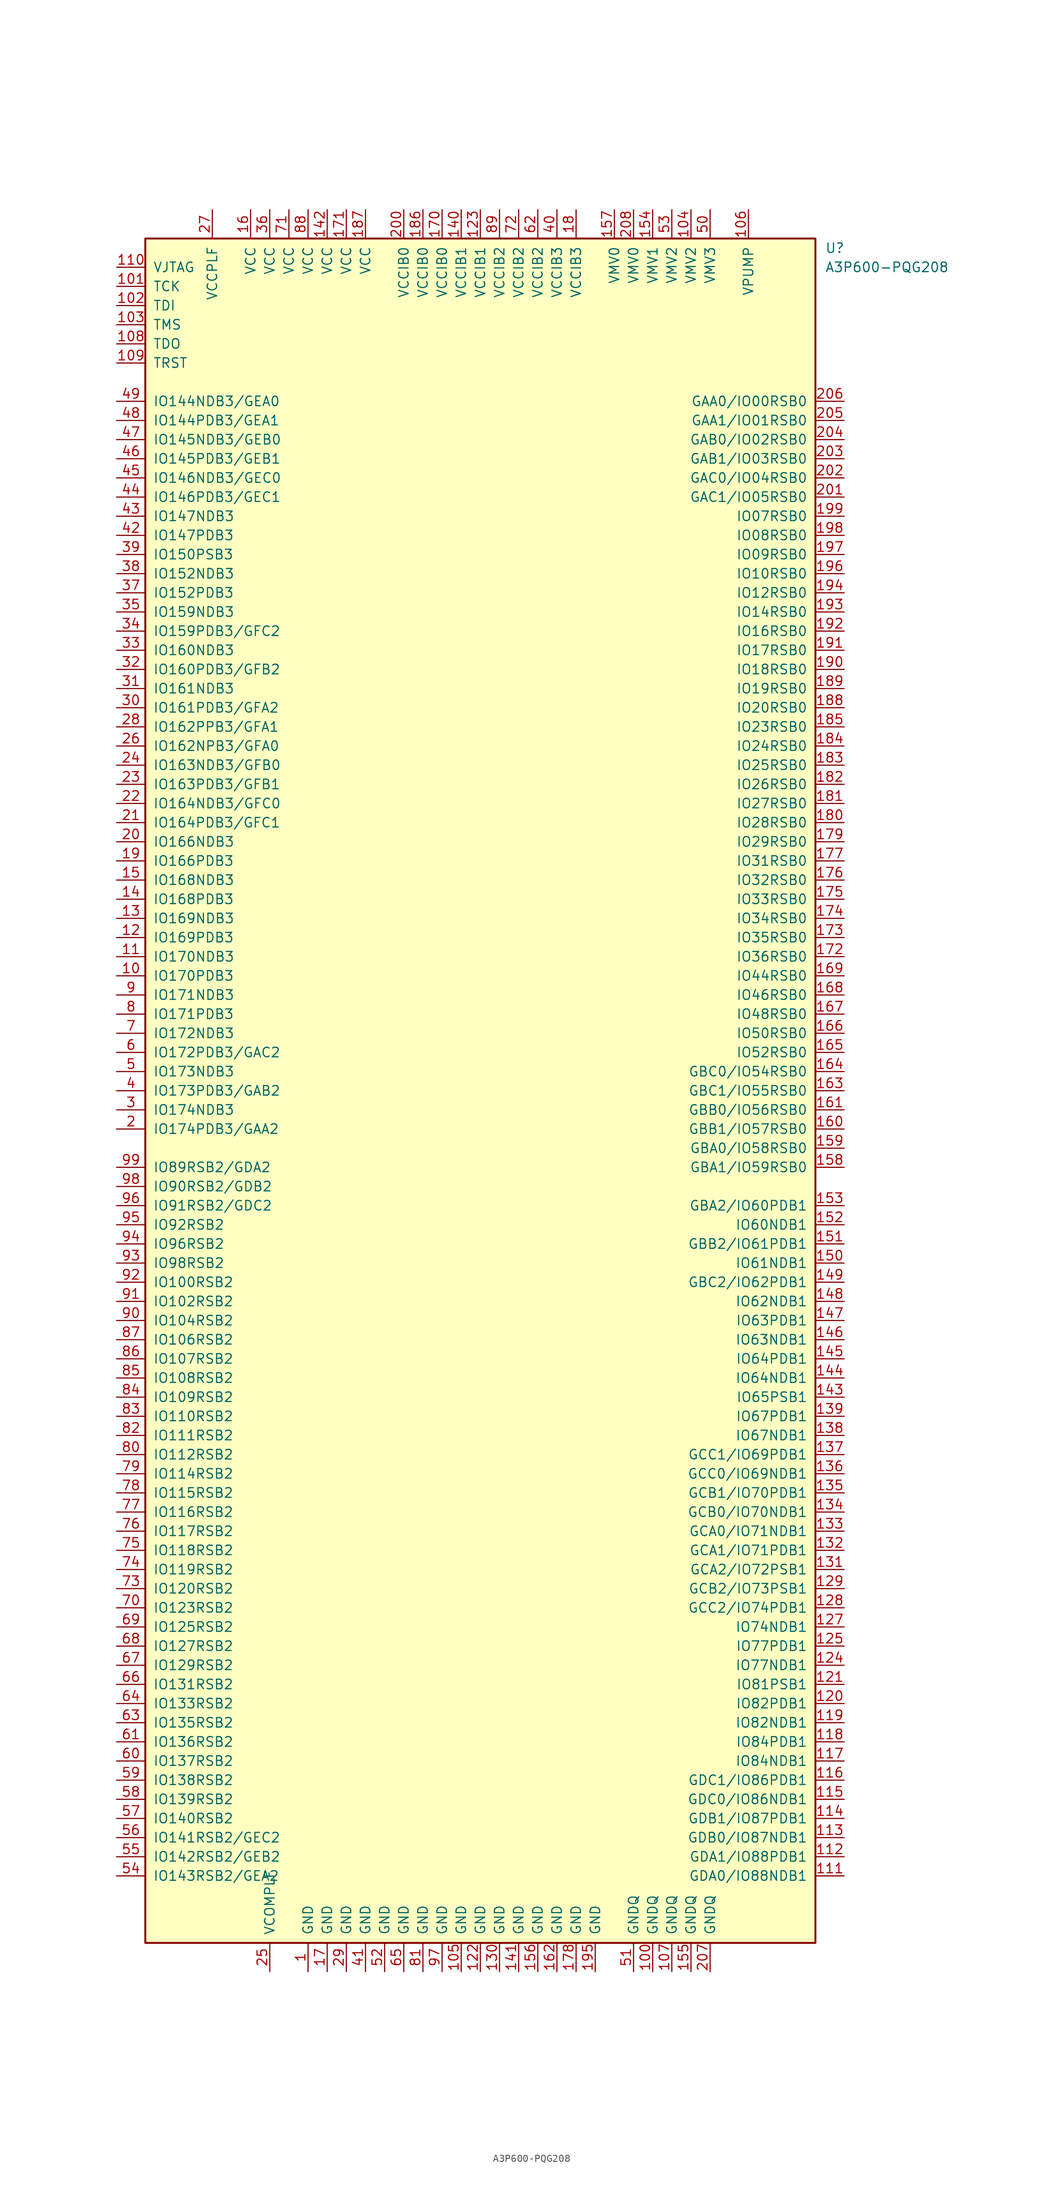
<source format=kicad_sym>
(kicad_symbol_lib
  (version 20231120)
  (generator "kicad_symbol_editor")
  (generator_version "8.0")
  (symbol "A3P600-PQG208"
    (pin_names
      (offset 1.016))
    (property "Reference" "U"
      (at 45.72 111.76 0)
      (effects (font (size 1.27 1.27)) (justify left)))
    (property "Value" "A3P600-PQG208"
      (at 45.72 109.22 0)
      (effects (font (size 1.27 1.27)) (justify left)))
    (symbol "A3P600-PQG208_1_0"
      (rectangle (start -44.45 -113.03) (end 44.45 113.03) (stroke (width 0.254) (type default)) (fill (type background))))
    (symbol "A3P600-PQG208_1_1"
      (pin power_in line (at -22.86 -116.84 90) (length 3.81) (name "GND" (effects (font (size 1.27 1.27)))) (number "1" (effects (font (size 1.27 1.27)))))
      (pin bidirectional line (at -48.26 15.24 0) (length 3.81) (name "IO170PDB3" (effects (font (size 1.27 1.27)))) (number "10" (effects (font (size 1.27 1.27)))))
      (pin power_in line (at 22.86 -116.84 90) (length 3.81) (name "GNDQ" (effects (font (size 1.27 1.27)))) (number "100" (effects (font (size 1.27 1.27)))))
      (pin bidirectional line (at -48.26 106.68 0) (length 3.81) (name "TCK" (effects (font (size 1.27 1.27)))) (number "101" (effects (font (size 1.27 1.27)))))
      (pin bidirectional line (at -48.26 104.14 0) (length 3.81) (name "TDI" (effects (font (size 1.27 1.27)))) (number "102" (effects (font (size 1.27 1.27)))))
      (pin bidirectional line (at -48.26 101.6 0) (length 3.81) (name "TMS" (effects (font (size 1.27 1.27)))) (number "103" (effects (font (size 1.27 1.27)))))
      (pin power_in line (at 27.94 116.84 270) (length 3.81) (name "VMV2" (effects (font (size 1.27 1.27)))) (number "104" (effects (font (size 1.27 1.27)))))
      (pin power_in line (at -2.54 -116.84 90) (length 3.81) (name "GND" (effects (font (size 1.27 1.27)))) (number "105" (effects (font (size 1.27 1.27)))))
      (pin power_in line (at 35.56 116.84 270) (length 3.81) (name "VPUMP" (effects (font (size 1.27 1.27)))) (number "106" (effects (font (size 1.27 1.27)))))
      (pin power_in line (at 25.4 -116.84 90) (length 3.81) (name "GNDQ" (effects (font (size 1.27 1.27)))) (number "107" (effects (font (size 1.27 1.27)))))
      (pin bidirectional line (at -48.26 99.06 0) (length 3.81) (name "TDO" (effects (font (size 1.27 1.27)))) (number "108" (effects (font (size 1.27 1.27)))))
      (pin bidirectional line (at -48.26 96.52 0) (length 3.81) (name "TRST" (effects (font (size 1.27 1.27)))) (number "109" (effects (font (size 1.27 1.27)))))
      (pin bidirectional line (at -48.26 17.78 0) (length 3.81) (name "IO170NDB3" (effects (font (size 1.27 1.27)))) (number "11" (effects (font (size 1.27 1.27)))))
      (pin power_in line (at -48.26 109.22 0) (length 3.81) (name "VJTAG" (effects (font (size 1.27 1.27)))) (number "110" (effects (font (size 1.27 1.27)))))
      (pin bidirectional line (at 48.26 -104.14 180) (length 3.81) (name "GDA0/IO88NDB1" (effects (font (size 1.27 1.27)))) (number "111" (effects (font (size 1.27 1.27)))))
      (pin bidirectional line (at 48.26 -101.6 180) (length 3.81) (name "GDA1/IO88PDB1" (effects (font (size 1.27 1.27)))) (number "112" (effects (font (size 1.27 1.27)))))
      (pin bidirectional line (at 48.26 -99.06 180) (length 3.81) (name "GDB0/IO87NDB1" (effects (font (size 1.27 1.27)))) (number "113" (effects (font (size 1.27 1.27)))))
      (pin bidirectional line (at 48.26 -96.52 180) (length 3.81) (name "GDB1/IO87PDB1" (effects (font (size 1.27 1.27)))) (number "114" (effects (font (size 1.27 1.27)))))
      (pin bidirectional line (at 48.26 -93.98 180) (length 3.81) (name "GDC0/IO86NDB1" (effects (font (size 1.27 1.27)))) (number "115" (effects (font (size 1.27 1.27)))))
      (pin bidirectional line (at 48.26 -91.44 180) (length 3.81) (name "GDC1/IO86PDB1" (effects (font (size 1.27 1.27)))) (number "116" (effects (font (size 1.27 1.27)))))
      (pin bidirectional line (at 48.26 -88.9 180) (length 3.81) (name "IO84NDB1" (effects (font (size 1.27 1.27)))) (number "117" (effects (font (size 1.27 1.27)))))
      (pin bidirectional line (at 48.26 -86.36 180) (length 3.81) (name "IO84PDB1" (effects (font (size 1.27 1.27)))) (number "118" (effects (font (size 1.27 1.27)))))
      (pin bidirectional line (at 48.26 -83.82 180) (length 3.81) (name "IO82NDB1" (effects (font (size 1.27 1.27)))) (number "119" (effects (font (size 1.27 1.27)))))
      (pin bidirectional line (at -48.26 20.32 0) (length 3.81) (name "IO169PDB3" (effects (font (size 1.27 1.27)))) (number "12" (effects (font (size 1.27 1.27)))))
      (pin bidirectional line (at 48.26 -81.28 180) (length 3.81) (name "IO82PDB1" (effects (font (size 1.27 1.27)))) (number "120" (effects (font (size 1.27 1.27)))))
      (pin bidirectional line (at 48.26 -78.74 180) (length 3.81) (name "IO81PSB1" (effects (font (size 1.27 1.27)))) (number "121" (effects (font (size 1.27 1.27)))))
      (pin power_in line (at 0 -116.84 90) (length 3.81) (name "GND" (effects (font (size 1.27 1.27)))) (number "122" (effects (font (size 1.27 1.27)))))
      (pin power_in line (at 0 116.84 270) (length 3.81) (name "VCCIB1" (effects (font (size 1.27 1.27)))) (number "123" (effects (font (size 1.27 1.27)))))
      (pin bidirectional line (at 48.26 -76.2 180) (length 3.81) (name "IO77NDB1" (effects (font (size 1.27 1.27)))) (number "124" (effects (font (size 1.27 1.27)))))
      (pin bidirectional line (at 48.26 -73.66 180) (length 3.81) (name "IO77PDB1" (effects (font (size 1.27 1.27)))) (number "125" (effects (font (size 1.27 1.27)))))
      (pin bidirectional line (at 48.26 -71.12 180) (length 3.81) (name "IO74NDB1" (effects (font (size 1.27 1.27)))) (number "127" (effects (font (size 1.27 1.27)))))
      (pin bidirectional line (at 48.26 -68.58 180) (length 3.81) (name "GCC2/IO74PDB1" (effects (font (size 1.27 1.27)))) (number "128" (effects (font (size 1.27 1.27)))))
      (pin bidirectional line (at 48.26 -66.04 180) (length 3.81) (name "GCB2/IO73PSB1" (effects (font (size 1.27 1.27)))) (number "129" (effects (font (size 1.27 1.27)))))
      (pin bidirectional line (at -48.26 22.86 0) (length 3.81) (name "IO169NDB3" (effects (font (size 1.27 1.27)))) (number "13" (effects (font (size 1.27 1.27)))))
      (pin power_in line (at 2.54 -116.84 90) (length 3.81) (name "GND" (effects (font (size 1.27 1.27)))) (number "130" (effects (font (size 1.27 1.27)))))
      (pin bidirectional line (at 48.26 -63.5 180) (length 3.81) (name "GCA2/IO72PSB1" (effects (font (size 1.27 1.27)))) (number "131" (effects (font (size 1.27 1.27)))))
      (pin bidirectional line (at 48.26 -60.96 180) (length 3.81) (name "GCA1/IO71PDB1" (effects (font (size 1.27 1.27)))) (number "132" (effects (font (size 1.27 1.27)))))
      (pin bidirectional line (at 48.26 -58.42 180) (length 3.81) (name "GCA0/IO71NDB1" (effects (font (size 1.27 1.27)))) (number "133" (effects (font (size 1.27 1.27)))))
      (pin bidirectional line (at 48.26 -55.88 180) (length 3.81) (name "GCB0/IO70NDB1" (effects (font (size 1.27 1.27)))) (number "134" (effects (font (size 1.27 1.27)))))
      (pin bidirectional line (at 48.26 -53.34 180) (length 3.81) (name "GCB1/IO70PDB1" (effects (font (size 1.27 1.27)))) (number "135" (effects (font (size 1.27 1.27)))))
      (pin bidirectional line (at 48.26 -50.8 180) (length 3.81) (name "GCC0/IO69NDB1" (effects (font (size 1.27 1.27)))) (number "136" (effects (font (size 1.27 1.27)))))
      (pin bidirectional line (at 48.26 -48.26 180) (length 3.81) (name "GCC1/IO69PDB1" (effects (font (size 1.27 1.27)))) (number "137" (effects (font (size 1.27 1.27)))))
      (pin bidirectional line (at 48.26 -45.72 180) (length 3.81) (name "IO67NDB1" (effects (font (size 1.27 1.27)))) (number "138" (effects (font (size 1.27 1.27)))))
      (pin bidirectional line (at 48.26 -43.18 180) (length 3.81) (name "IO67PDB1" (effects (font (size 1.27 1.27)))) (number "139" (effects (font (size 1.27 1.27)))))
      (pin bidirectional line (at -48.26 25.4 0) (length 3.81) (name "IO168PDB3" (effects (font (size 1.27 1.27)))) (number "14" (effects (font (size 1.27 1.27)))))
      (pin power_in line (at -2.54 116.84 270) (length 3.81) (name "VCCIB1" (effects (font (size 1.27 1.27)))) (number "140" (effects (font (size 1.27 1.27)))))
      (pin power_in line (at 5.08 -116.84 90) (length 3.81) (name "GND" (effects (font (size 1.27 1.27)))) (number "141" (effects (font (size 1.27 1.27)))))
      (pin power_in line (at -20.32 116.84 270) (length 3.81) (name "VCC" (effects (font (size 1.27 1.27)))) (number "142" (effects (font (size 1.27 1.27)))))
      (pin bidirectional line (at 48.26 -40.64 180) (length 3.81) (name "IO65PSB1" (effects (font (size 1.27 1.27)))) (number "143" (effects (font (size 1.27 1.27)))))
      (pin bidirectional line (at 48.26 -38.1 180) (length 3.81) (name "IO64NDB1" (effects (font (size 1.27 1.27)))) (number "144" (effects (font (size 1.27 1.27)))))
      (pin bidirectional line (at 48.26 -35.56 180) (length 3.81) (name "IO64PDB1" (effects (font (size 1.27 1.27)))) (number "145" (effects (font (size 1.27 1.27)))))
      (pin bidirectional line (at 48.26 -33.02 180) (length 3.81) (name "IO63NDB1" (effects (font (size 1.27 1.27)))) (number "146" (effects (font (size 1.27 1.27)))))
      (pin bidirectional line (at 48.26 -30.48 180) (length 3.81) (name "IO63PDB1" (effects (font (size 1.27 1.27)))) (number "147" (effects (font (size 1.27 1.27)))))
      (pin bidirectional line (at 48.26 -27.94 180) (length 3.81) (name "IO62NDB1" (effects (font (size 1.27 1.27)))) (number "148" (effects (font (size 1.27 1.27)))))
      (pin bidirectional line (at 48.26 -25.4 180) (length 3.81) (name "GBC2/IO62PDB1" (effects (font (size 1.27 1.27)))) (number "149" (effects (font (size 1.27 1.27)))))
      (pin bidirectional line (at -48.26 27.94 0) (length 3.81) (name "IO168NDB3" (effects (font (size 1.27 1.27)))) (number "15" (effects (font (size 1.27 1.27)))))
      (pin bidirectional line (at 48.26 -22.86 180) (length 3.81) (name "IO61NDB1" (effects (font (size 1.27 1.27)))) (number "150" (effects (font (size 1.27 1.27)))))
      (pin bidirectional line (at 48.26 -20.32 180) (length 3.81) (name "GBB2/IO61PDB1" (effects (font (size 1.27 1.27)))) (number "151" (effects (font (size 1.27 1.27)))))
      (pin bidirectional line (at 48.26 -17.78 180) (length 3.81) (name "IO60NDB1" (effects (font (size 1.27 1.27)))) (number "152" (effects (font (size 1.27 1.27)))))
      (pin bidirectional line (at 48.26 -15.24 180) (length 3.81) (name "GBA2/IO60PDB1" (effects (font (size 1.27 1.27)))) (number "153" (effects (font (size 1.27 1.27)))))
      (pin power_in line (at 22.86 116.84 270) (length 3.81) (name "VMV1" (effects (font (size 1.27 1.27)))) (number "154" (effects (font (size 1.27 1.27)))))
      (pin power_in line (at 27.94 -116.84 90) (length 3.81) (name "GNDQ" (effects (font (size 1.27 1.27)))) (number "155" (effects (font (size 1.27 1.27)))))
      (pin power_in line (at 7.62 -116.84 90) (length 3.81) (name "GND" (effects (font (size 1.27 1.27)))) (number "156" (effects (font (size 1.27 1.27)))))
      (pin power_in line (at 17.78 116.84 270) (length 3.81) (name "VMV0" (effects (font (size 1.27 1.27)))) (number "157" (effects (font (size 1.27 1.27)))))
      (pin bidirectional line (at 48.26 -10.16 180) (length 3.81) (name "GBA1/IO59RSB0" (effects (font (size 1.27 1.27)))) (number "158" (effects (font (size 1.27 1.27)))))
      (pin bidirectional line (at 48.26 -7.62 180) (length 3.81) (name "GBA0/IO58RSB0" (effects (font (size 1.27 1.27)))) (number "159" (effects (font (size 1.27 1.27)))))
      (pin power_in line (at -30.48 116.84 270) (length 3.81) (name "VCC" (effects (font (size 1.27 1.27)))) (number "16" (effects (font (size 1.27 1.27)))))
      (pin bidirectional line (at 48.26 -5.08 180) (length 3.81) (name "GBB1/IO57RSB0" (effects (font (size 1.27 1.27)))) (number "160" (effects (font (size 1.27 1.27)))))
      (pin bidirectional line (at 48.26 -2.54 180) (length 3.81) (name "GBB0/IO56RSB0" (effects (font (size 1.27 1.27)))) (number "161" (effects (font (size 1.27 1.27)))))
      (pin power_in line (at 10.16 -116.84 90) (length 3.81) (name "GND" (effects (font (size 1.27 1.27)))) (number "162" (effects (font (size 1.27 1.27)))))
      (pin bidirectional line (at 48.26 0 180) (length 3.81) (name "GBC1/IO55RSB0" (effects (font (size 1.27 1.27)))) (number "163" (effects (font (size 1.27 1.27)))))
      (pin bidirectional line (at 48.26 2.54 180) (length 3.81) (name "GBC0/IO54RSB0" (effects (font (size 1.27 1.27)))) (number "164" (effects (font (size 1.27 1.27)))))
      (pin bidirectional line (at 48.26 5.08 180) (length 3.81) (name "IO52RSB0" (effects (font (size 1.27 1.27)))) (number "165" (effects (font (size 1.27 1.27)))))
      (pin bidirectional line (at 48.26 7.62 180) (length 3.81) (name "IO50RSB0" (effects (font (size 1.27 1.27)))) (number "166" (effects (font (size 1.27 1.27)))))
      (pin bidirectional line (at 48.26 10.16 180) (length 3.81) (name "IO48RSB0" (effects (font (size 1.27 1.27)))) (number "167" (effects (font (size 1.27 1.27)))))
      (pin bidirectional line (at 48.26 12.7 180) (length 3.81) (name "IO46RSB0" (effects (font (size 1.27 1.27)))) (number "168" (effects (font (size 1.27 1.27)))))
      (pin bidirectional line (at 48.26 15.24 180) (length 3.81) (name "IO44RSB0" (effects (font (size 1.27 1.27)))) (number "169" (effects (font (size 1.27 1.27)))))
      (pin power_in line (at -20.32 -116.84 90) (length 3.81) (name "GND" (effects (font (size 1.27 1.27)))) (number "17" (effects (font (size 1.27 1.27)))))
      (pin power_in line (at -5.08 116.84 270) (length 3.81) (name "VCCIB0" (effects (font (size 1.27 1.27)))) (number "170" (effects (font (size 1.27 1.27)))))
      (pin power_in line (at -17.78 116.84 270) (length 3.81) (name "VCC" (effects (font (size 1.27 1.27)))) (number "171" (effects (font (size 1.27 1.27)))))
      (pin bidirectional line (at 48.26 17.78 180) (length 3.81) (name "IO36RSB0" (effects (font (size 1.27 1.27)))) (number "172" (effects (font (size 1.27 1.27)))))
      (pin bidirectional line (at 48.26 20.32 180) (length 3.81) (name "IO35RSB0" (effects (font (size 1.27 1.27)))) (number "173" (effects (font (size 1.27 1.27)))))
      (pin bidirectional line (at 48.26 22.86 180) (length 3.81) (name "IO34RSB0" (effects (font (size 1.27 1.27)))) (number "174" (effects (font (size 1.27 1.27)))))
      (pin bidirectional line (at 48.26 25.4 180) (length 3.81) (name "IO33RSB0" (effects (font (size 1.27 1.27)))) (number "175" (effects (font (size 1.27 1.27)))))
      (pin bidirectional line (at 48.26 27.94 180) (length 3.81) (name "IO32RSB0" (effects (font (size 1.27 1.27)))) (number "176" (effects (font (size 1.27 1.27)))))
      (pin bidirectional line (at 48.26 30.48 180) (length 3.81) (name "IO31RSB0" (effects (font (size 1.27 1.27)))) (number "177" (effects (font (size 1.27 1.27)))))
      (pin power_in line (at 12.7 -116.84 90) (length 3.81) (name "GND" (effects (font (size 1.27 1.27)))) (number "178" (effects (font (size 1.27 1.27)))))
      (pin bidirectional line (at 48.26 33.02 180) (length 3.81) (name "IO29RSB0" (effects (font (size 1.27 1.27)))) (number "179" (effects (font (size 1.27 1.27)))))
      (pin power_in line (at 12.7 116.84 270) (length 3.81) (name "VCCIB3" (effects (font (size 1.27 1.27)))) (number "18" (effects (font (size 1.27 1.27)))))
      (pin bidirectional line (at 48.26 35.56 180) (length 3.81) (name "IO28RSB0" (effects (font (size 1.27 1.27)))) (number "180" (effects (font (size 1.27 1.27)))))
      (pin bidirectional line (at 48.26 38.1 180) (length 3.81) (name "IO27RSB0" (effects (font (size 1.27 1.27)))) (number "181" (effects (font (size 1.27 1.27)))))
      (pin bidirectional line (at 48.26 40.64 180) (length 3.81) (name "IO26RSB0" (effects (font (size 1.27 1.27)))) (number "182" (effects (font (size 1.27 1.27)))))
      (pin bidirectional line (at 48.26 43.18 180) (length 3.81) (name "IO25RSB0" (effects (font (size 1.27 1.27)))) (number "183" (effects (font (size 1.27 1.27)))))
      (pin bidirectional line (at 48.26 45.72 180) (length 3.81) (name "IO24RSB0" (effects (font (size 1.27 1.27)))) (number "184" (effects (font (size 1.27 1.27)))))
      (pin bidirectional line (at 48.26 48.26 180) (length 3.81) (name "IO23RSB0" (effects (font (size 1.27 1.27)))) (number "185" (effects (font (size 1.27 1.27)))))
      (pin power_in line (at -7.62 116.84 270) (length 3.81) (name "VCCIB0" (effects (font (size 1.27 1.27)))) (number "186" (effects (font (size 1.27 1.27)))))
      (pin power_in line (at -15.24 116.84 270) (length 3.81) (name "VCC" (effects (font (size 1.27 1.27)))) (number "187" (effects (font (size 1.27 1.27)))))
      (pin bidirectional line (at 48.26 50.8 180) (length 3.81) (name "IO20RSB0" (effects (font (size 1.27 1.27)))) (number "188" (effects (font (size 1.27 1.27)))))
      (pin bidirectional line (at 48.26 53.34 180) (length 3.81) (name "IO19RSB0" (effects (font (size 1.27 1.27)))) (number "189" (effects (font (size 1.27 1.27)))))
      (pin bidirectional line (at -48.26 30.48 0) (length 3.81) (name "IO166PDB3" (effects (font (size 1.27 1.27)))) (number "19" (effects (font (size 1.27 1.27)))))
      (pin bidirectional line (at 48.26 55.88 180) (length 3.81) (name "IO18RSB0" (effects (font (size 1.27 1.27)))) (number "190" (effects (font (size 1.27 1.27)))))
      (pin bidirectional line (at 48.26 58.42 180) (length 3.81) (name "IO17RSB0" (effects (font (size 1.27 1.27)))) (number "191" (effects (font (size 1.27 1.27)))))
      (pin bidirectional line (at 48.26 60.96 180) (length 3.81) (name "IO16RSB0" (effects (font (size 1.27 1.27)))) (number "192" (effects (font (size 1.27 1.27)))))
      (pin bidirectional line (at 48.26 63.5 180) (length 3.81) (name "IO14RSB0" (effects (font (size 1.27 1.27)))) (number "193" (effects (font (size 1.27 1.27)))))
      (pin bidirectional line (at 48.26 66.04 180) (length 3.81) (name "IO12RSB0" (effects (font (size 1.27 1.27)))) (number "194" (effects (font (size 1.27 1.27)))))
      (pin power_in line (at 15.24 -116.84 90) (length 3.81) (name "GND" (effects (font (size 1.27 1.27)))) (number "195" (effects (font (size 1.27 1.27)))))
      (pin bidirectional line (at 48.26 68.58 180) (length 3.81) (name "IO10RSB0" (effects (font (size 1.27 1.27)))) (number "196" (effects (font (size 1.27 1.27)))))
      (pin bidirectional line (at 48.26 71.12 180) (length 3.81) (name "IO09RSB0" (effects (font (size 1.27 1.27)))) (number "197" (effects (font (size 1.27 1.27)))))
      (pin bidirectional line (at 48.26 73.66 180) (length 3.81) (name "IO08RSB0" (effects (font (size 1.27 1.27)))) (number "198" (effects (font (size 1.27 1.27)))))
      (pin bidirectional line (at 48.26 76.2 180) (length 3.81) (name "IO07RSB0" (effects (font (size 1.27 1.27)))) (number "199" (effects (font (size 1.27 1.27)))))
      (pin bidirectional line (at -48.26 -5.08 0) (length 3.81) (name "IO174PDB3/GAA2" (effects (font (size 1.27 1.27)))) (number "2" (effects (font (size 1.27 1.27)))))
      (pin bidirectional line (at -48.26 33.02 0) (length 3.81) (name "IO166NDB3" (effects (font (size 1.27 1.27)))) (number "20" (effects (font (size 1.27 1.27)))))
      (pin power_in line (at -10.16 116.84 270) (length 3.81) (name "VCCIB0" (effects (font (size 1.27 1.27)))) (number "200" (effects (font (size 1.27 1.27)))))
      (pin bidirectional line (at 48.26 78.74 180) (length 3.81) (name "GAC1/IO05RSB0" (effects (font (size 1.27 1.27)))) (number "201" (effects (font (size 1.27 1.27)))))
      (pin bidirectional line (at 48.26 81.28 180) (length 3.81) (name "GAC0/IO04RSB0" (effects (font (size 1.27 1.27)))) (number "202" (effects (font (size 1.27 1.27)))))
      (pin bidirectional line (at 48.26 83.82 180) (length 3.81) (name "GAB1/IO03RSB0" (effects (font (size 1.27 1.27)))) (number "203" (effects (font (size 1.27 1.27)))))
      (pin bidirectional line (at 48.26 86.36 180) (length 3.81) (name "GAB0/IO02RSB0" (effects (font (size 1.27 1.27)))) (number "204" (effects (font (size 1.27 1.27)))))
      (pin bidirectional line (at 48.26 88.9 180) (length 3.81) (name "GAA1/IO01RSB0" (effects (font (size 1.27 1.27)))) (number "205" (effects (font (size 1.27 1.27)))))
      (pin bidirectional line (at 48.26 91.44 180) (length 3.81) (name "GAA0/IO00RSB0" (effects (font (size 1.27 1.27)))) (number "206" (effects (font (size 1.27 1.27)))))
      (pin power_in line (at 30.48 -116.84 90) (length 3.81) (name "GNDQ" (effects (font (size 1.27 1.27)))) (number "207" (effects (font (size 1.27 1.27)))))
      (pin power_in line (at 20.32 116.84 270) (length 3.81) (name "VMV0" (effects (font (size 1.27 1.27)))) (number "208" (effects (font (size 1.27 1.27)))))
      (pin bidirectional line (at -48.26 35.56 0) (length 3.81) (name "IO164PDB3/GFC1" (effects (font (size 1.27 1.27)))) (number "21" (effects (font (size 1.27 1.27)))))
      (pin bidirectional line (at -48.26 38.1 0) (length 3.81) (name "IO164NDB3/GFC0" (effects (font (size 1.27 1.27)))) (number "22" (effects (font (size 1.27 1.27)))))
      (pin bidirectional line (at -48.26 40.64 0) (length 3.81) (name "IO163PDB3/GFB1" (effects (font (size 1.27 1.27)))) (number "23" (effects (font (size 1.27 1.27)))))
      (pin bidirectional line (at -48.26 43.18 0) (length 3.81) (name "IO163NDB3/GFB0" (effects (font (size 1.27 1.27)))) (number "24" (effects (font (size 1.27 1.27)))))
      (pin power_in line (at -27.94 -116.84 90) (length 3.81) (name "VCOMPLF" (effects (font (size 1.27 1.27)))) (number "25" (effects (font (size 1.27 1.27)))))
      (pin bidirectional line (at -48.26 45.72 0) (length 3.81) (name "IO162NPB3/GFA0" (effects (font (size 1.27 1.27)))) (number "26" (effects (font (size 1.27 1.27)))))
      (pin power_in line (at -35.56 116.84 270) (length 3.81) (name "VCCPLF" (effects (font (size 1.27 1.27)))) (number "27" (effects (font (size 1.27 1.27)))))
      (pin bidirectional line (at -48.26 48.26 0) (length 3.81) (name "IO162PPB3/GFA1" (effects (font (size 1.27 1.27)))) (number "28" (effects (font (size 1.27 1.27)))))
      (pin power_in line (at -17.78 -116.84 90) (length 3.81) (name "GND" (effects (font (size 1.27 1.27)))) (number "29" (effects (font (size 1.27 1.27)))))
      (pin bidirectional line (at -48.26 -2.54 0) (length 3.81) (name "IO174NDB3" (effects (font (size 1.27 1.27)))) (number "3" (effects (font (size 1.27 1.27)))))
      (pin bidirectional line (at -48.26 50.8 0) (length 3.81) (name "IO161PDB3/GFA2" (effects (font (size 1.27 1.27)))) (number "30" (effects (font (size 1.27 1.27)))))
      (pin bidirectional line (at -48.26 53.34 0) (length 3.81) (name "IO161NDB3" (effects (font (size 1.27 1.27)))) (number "31" (effects (font (size 1.27 1.27)))))
      (pin bidirectional line (at -48.26 55.88 0) (length 3.81) (name "IO160PDB3/GFB2" (effects (font (size 1.27 1.27)))) (number "32" (effects (font (size 1.27 1.27)))))
      (pin bidirectional line (at -48.26 58.42 0) (length 3.81) (name "IO160NDB3" (effects (font (size 1.27 1.27)))) (number "33" (effects (font (size 1.27 1.27)))))
      (pin bidirectional line (at -48.26 60.96 0) (length 3.81) (name "IO159PDB3/GFC2" (effects (font (size 1.27 1.27)))) (number "34" (effects (font (size 1.27 1.27)))))
      (pin bidirectional line (at -48.26 63.5 0) (length 3.81) (name "IO159NDB3" (effects (font (size 1.27 1.27)))) (number "35" (effects (font (size 1.27 1.27)))))
      (pin power_in line (at -27.94 116.84 270) (length 3.81) (name "VCC" (effects (font (size 1.27 1.27)))) (number "36" (effects (font (size 1.27 1.27)))))
      (pin bidirectional line (at -48.26 66.04 0) (length 3.81) (name "IO152PDB3" (effects (font (size 1.27 1.27)))) (number "37" (effects (font (size 1.27 1.27)))))
      (pin bidirectional line (at -48.26 68.58 0) (length 3.81) (name "IO152NDB3" (effects (font (size 1.27 1.27)))) (number "38" (effects (font (size 1.27 1.27)))))
      (pin bidirectional line (at -48.26 71.12 0) (length 3.81) (name "IO150PSB3" (effects (font (size 1.27 1.27)))) (number "39" (effects (font (size 1.27 1.27)))))
      (pin bidirectional line (at -48.26 0 0) (length 3.81) (name "IO173PDB3/GAB2" (effects (font (size 1.27 1.27)))) (number "4" (effects (font (size 1.27 1.27)))))
      (pin power_in line (at 10.16 116.84 270) (length 3.81) (name "VCCIB3" (effects (font (size 1.27 1.27)))) (number "40" (effects (font (size 1.27 1.27)))))
      (pin power_in line (at -15.24 -116.84 90) (length 3.81) (name "GND" (effects (font (size 1.27 1.27)))) (number "41" (effects (font (size 1.27 1.27)))))
      (pin bidirectional line (at -48.26 73.66 0) (length 3.81) (name "IO147PDB3" (effects (font (size 1.27 1.27)))) (number "42" (effects (font (size 1.27 1.27)))))
      (pin bidirectional line (at -48.26 76.2 0) (length 3.81) (name "IO147NDB3" (effects (font (size 1.27 1.27)))) (number "43" (effects (font (size 1.27 1.27)))))
      (pin bidirectional line (at -48.26 78.74 0) (length 3.81) (name "IO146PDB3/GEC1" (effects (font (size 1.27 1.27)))) (number "44" (effects (font (size 1.27 1.27)))))
      (pin bidirectional line (at -48.26 81.28 0) (length 3.81) (name "IO146NDB3/GEC0" (effects (font (size 1.27 1.27)))) (number "45" (effects (font (size 1.27 1.27)))))
      (pin bidirectional line (at -48.26 83.82 0) (length 3.81) (name "IO145PDB3/GEB1" (effects (font (size 1.27 1.27)))) (number "46" (effects (font (size 1.27 1.27)))))
      (pin bidirectional line (at -48.26 86.36 0) (length 3.81) (name "IO145NDB3/GEB0" (effects (font (size 1.27 1.27)))) (number "47" (effects (font (size 1.27 1.27)))))
      (pin bidirectional line (at -48.26 88.9 0) (length 3.81) (name "IO144PDB3/GEA1" (effects (font (size 1.27 1.27)))) (number "48" (effects (font (size 1.27 1.27)))))
      (pin bidirectional line (at -48.26 91.44 0) (length 3.81) (name "IO144NDB3/GEA0" (effects (font (size 1.27 1.27)))) (number "49" (effects (font (size 1.27 1.27)))))
      (pin bidirectional line (at -48.26 2.54 0) (length 3.81) (name "IO173NDB3" (effects (font (size 1.27 1.27)))) (number "5" (effects (font (size 1.27 1.27)))))
      (pin power_in line (at 30.48 116.84 270) (length 3.81) (name "VMV3" (effects (font (size 1.27 1.27)))) (number "50" (effects (font (size 1.27 1.27)))))
      (pin power_in line (at 20.32 -116.84 90) (length 3.81) (name "GNDQ" (effects (font (size 1.27 1.27)))) (number "51" (effects (font (size 1.27 1.27)))))
      (pin power_in line (at -12.7 -116.84 90) (length 3.81) (name "GND" (effects (font (size 1.27 1.27)))) (number "52" (effects (font (size 1.27 1.27)))))
      (pin power_in line (at 25.4 116.84 270) (length 3.81) (name "VMV2" (effects (font (size 1.27 1.27)))) (number "53" (effects (font (size 1.27 1.27)))))
      (pin bidirectional line (at -48.26 -104.14 0) (length 3.81) (name "IO143RSB2/GEA2" (effects (font (size 1.27 1.27)))) (number "54" (effects (font (size 1.27 1.27)))))
      (pin bidirectional line (at -48.26 -101.6 0) (length 3.81) (name "IO142RSB2/GEB2" (effects (font (size 1.27 1.27)))) (number "55" (effects (font (size 1.27 1.27)))))
      (pin bidirectional line (at -48.26 -99.06 0) (length 3.81) (name "IO141RSB2/GEC2" (effects (font (size 1.27 1.27)))) (number "56" (effects (font (size 1.27 1.27)))))
      (pin bidirectional line (at -48.26 -96.52 0) (length 3.81) (name "IO140RSB2" (effects (font (size 1.27 1.27)))) (number "57" (effects (font (size 1.27 1.27)))))
      (pin bidirectional line (at -48.26 -93.98 0) (length 3.81) (name "IO139RSB2" (effects (font (size 1.27 1.27)))) (number "58" (effects (font (size 1.27 1.27)))))
      (pin bidirectional line (at -48.26 -91.44 0) (length 3.81) (name "IO138RSB2" (effects (font (size 1.27 1.27)))) (number "59" (effects (font (size 1.27 1.27)))))
      (pin bidirectional line (at -48.26 5.08 0) (length 3.81) (name "IO172PDB3/GAC2" (effects (font (size 1.27 1.27)))) (number "6" (effects (font (size 1.27 1.27)))))
      (pin bidirectional line (at -48.26 -88.9 0) (length 3.81) (name "IO137RSB2" (effects (font (size 1.27 1.27)))) (number "60" (effects (font (size 1.27 1.27)))))
      (pin bidirectional line (at -48.26 -86.36 0) (length 3.81) (name "IO136RSB2" (effects (font (size 1.27 1.27)))) (number "61" (effects (font (size 1.27 1.27)))))
      (pin power_in line (at 7.62 116.84 270) (length 3.81) (name "VCCIB2" (effects (font (size 1.27 1.27)))) (number "62" (effects (font (size 1.27 1.27)))))
      (pin bidirectional line (at -48.26 -83.82 0) (length 3.81) (name "IO135RSB2" (effects (font (size 1.27 1.27)))) (number "63" (effects (font (size 1.27 1.27)))))
      (pin bidirectional line (at -48.26 -81.28 0) (length 3.81) (name "IO133RSB2" (effects (font (size 1.27 1.27)))) (number "64" (effects (font (size 1.27 1.27)))))
      (pin power_in line (at -10.16 -116.84 90) (length 3.81) (name "GND" (effects (font (size 1.27 1.27)))) (number "65" (effects (font (size 1.27 1.27)))))
      (pin bidirectional line (at -48.26 -78.74 0) (length 3.81) (name "IO131RSB2" (effects (font (size 1.27 1.27)))) (number "66" (effects (font (size 1.27 1.27)))))
      (pin bidirectional line (at -48.26 -76.2 0) (length 3.81) (name "IO129RSB2" (effects (font (size 1.27 1.27)))) (number "67" (effects (font (size 1.27 1.27)))))
      (pin bidirectional line (at -48.26 -73.66 0) (length 3.81) (name "IO127RSB2" (effects (font (size 1.27 1.27)))) (number "68" (effects (font (size 1.27 1.27)))))
      (pin bidirectional line (at -48.26 -71.12 0) (length 3.81) (name "IO125RSB2" (effects (font (size 1.27 1.27)))) (number "69" (effects (font (size 1.27 1.27)))))
      (pin bidirectional line (at -48.26 7.62 0) (length 3.81) (name "IO172NDB3" (effects (font (size 1.27 1.27)))) (number "7" (effects (font (size 1.27 1.27)))))
      (pin bidirectional line (at -48.26 -68.58 0) (length 3.81) (name "IO123RSB2" (effects (font (size 1.27 1.27)))) (number "70" (effects (font (size 1.27 1.27)))))
      (pin power_in line (at -25.4 116.84 270) (length 3.81) (name "VCC" (effects (font (size 1.27 1.27)))) (number "71" (effects (font (size 1.27 1.27)))))
      (pin power_in line (at 5.08 116.84 270) (length 3.81) (name "VCCIB2" (effects (font (size 1.27 1.27)))) (number "72" (effects (font (size 1.27 1.27)))))
      (pin bidirectional line (at -48.26 -66.04 0) (length 3.81) (name "IO120RSB2" (effects (font (size 1.27 1.27)))) (number "73" (effects (font (size 1.27 1.27)))))
      (pin bidirectional line (at -48.26 -63.5 0) (length 3.81) (name "IO119RSB2" (effects (font (size 1.27 1.27)))) (number "74" (effects (font (size 1.27 1.27)))))
      (pin bidirectional line (at -48.26 -60.96 0) (length 3.81) (name "IO118RSB2" (effects (font (size 1.27 1.27)))) (number "75" (effects (font (size 1.27 1.27)))))
      (pin bidirectional line (at -48.26 -58.42 0) (length 3.81) (name "IO117RSB2" (effects (font (size 1.27 1.27)))) (number "76" (effects (font (size 1.27 1.27)))))
      (pin bidirectional line (at -48.26 -55.88 0) (length 3.81) (name "IO116RSB2" (effects (font (size 1.27 1.27)))) (number "77" (effects (font (size 1.27 1.27)))))
      (pin bidirectional line (at -48.26 -53.34 0) (length 3.81) (name "IO115RSB2" (effects (font (size 1.27 1.27)))) (number "78" (effects (font (size 1.27 1.27)))))
      (pin bidirectional line (at -48.26 -50.8 0) (length 3.81) (name "IO114RSB2" (effects (font (size 1.27 1.27)))) (number "79" (effects (font (size 1.27 1.27)))))
      (pin bidirectional line (at -48.26 10.16 0) (length 3.81) (name "IO171PDB3" (effects (font (size 1.27 1.27)))) (number "8" (effects (font (size 1.27 1.27)))))
      (pin bidirectional line (at -48.26 -48.26 0) (length 3.81) (name "IO112RSB2" (effects (font (size 1.27 1.27)))) (number "80" (effects (font (size 1.27 1.27)))))
      (pin power_in line (at -7.62 -116.84 90) (length 3.81) (name "GND" (effects (font (size 1.27 1.27)))) (number "81" (effects (font (size 1.27 1.27)))))
      (pin bidirectional line (at -48.26 -45.72 0) (length 3.81) (name "IO111RSB2" (effects (font (size 1.27 1.27)))) (number "82" (effects (font (size 1.27 1.27)))))
      (pin bidirectional line (at -48.26 -43.18 0) (length 3.81) (name "IO110RSB2" (effects (font (size 1.27 1.27)))) (number "83" (effects (font (size 1.27 1.27)))))
      (pin bidirectional line (at -48.26 -40.64 0) (length 3.81) (name "IO109RSB2" (effects (font (size 1.27 1.27)))) (number "84" (effects (font (size 1.27 1.27)))))
      (pin bidirectional line (at -48.26 -38.1 0) (length 3.81) (name "IO108RSB2" (effects (font (size 1.27 1.27)))) (number "85" (effects (font (size 1.27 1.27)))))
      (pin bidirectional line (at -48.26 -35.56 0) (length 3.81) (name "IO107RSB2" (effects (font (size 1.27 1.27)))) (number "86" (effects (font (size 1.27 1.27)))))
      (pin bidirectional line (at -48.26 -33.02 0) (length 3.81) (name "IO106RSB2" (effects (font (size 1.27 1.27)))) (number "87" (effects (font (size 1.27 1.27)))))
      (pin power_in line (at -22.86 116.84 270) (length 3.81) (name "VCC" (effects (font (size 1.27 1.27)))) (number "88" (effects (font (size 1.27 1.27)))))
      (pin power_in line (at 2.54 116.84 270) (length 3.81) (name "VCCIB2" (effects (font (size 1.27 1.27)))) (number "89" (effects (font (size 1.27 1.27)))))
      (pin bidirectional line (at -48.26 12.7 0) (length 3.81) (name "IO171NDB3" (effects (font (size 1.27 1.27)))) (number "9" (effects (font (size 1.27 1.27)))))
      (pin bidirectional line (at -48.26 -30.48 0) (length 3.81) (name "IO104RSB2" (effects (font (size 1.27 1.27)))) (number "90" (effects (font (size 1.27 1.27)))))
      (pin bidirectional line (at -48.26 -27.94 0) (length 3.81) (name "IO102RSB2" (effects (font (size 1.27 1.27)))) (number "91" (effects (font (size 1.27 1.27)))))
      (pin bidirectional line (at -48.26 -25.4 0) (length 3.81) (name "IO100RSB2" (effects (font (size 1.27 1.27)))) (number "92" (effects (font (size 1.27 1.27)))))
      (pin bidirectional line (at -48.26 -22.86 0) (length 3.81) (name "IO98RSB2" (effects (font (size 1.27 1.27)))) (number "93" (effects (font (size 1.27 1.27)))))
      (pin bidirectional line (at -48.26 -20.32 0) (length 3.81) (name "IO96RSB2" (effects (font (size 1.27 1.27)))) (number "94" (effects (font (size 1.27 1.27)))))
      (pin bidirectional line (at -48.26 -17.78 0) (length 3.81) (name "IO92RSB2" (effects (font (size 1.27 1.27)))) (number "95" (effects (font (size 1.27 1.27)))))
      (pin bidirectional line (at -48.26 -15.24 0) (length 3.81) (name "IO91RSB2/GDC2" (effects (font (size 1.27 1.27)))) (number "96" (effects (font (size 1.27 1.27)))))
      (pin power_in line (at -5.08 -116.84 90) (length 3.81) (name "GND" (effects (font (size 1.27 1.27)))) (number "97" (effects (font (size 1.27 1.27)))))
      (pin bidirectional line (at -48.26 -12.7 0) (length 3.81) (name "IO90RSB2/GDB2" (effects (font (size 1.27 1.27)))) (number "98" (effects (font (size 1.27 1.27)))))
      (pin bidirectional line (at -48.26 -10.16 0) (length 3.81) (name "IO89RSB2/GDA2" (effects (font (size 1.27 1.27)))) (number "99" (effects (font (size 1.27 1.27))))))))
</source>
